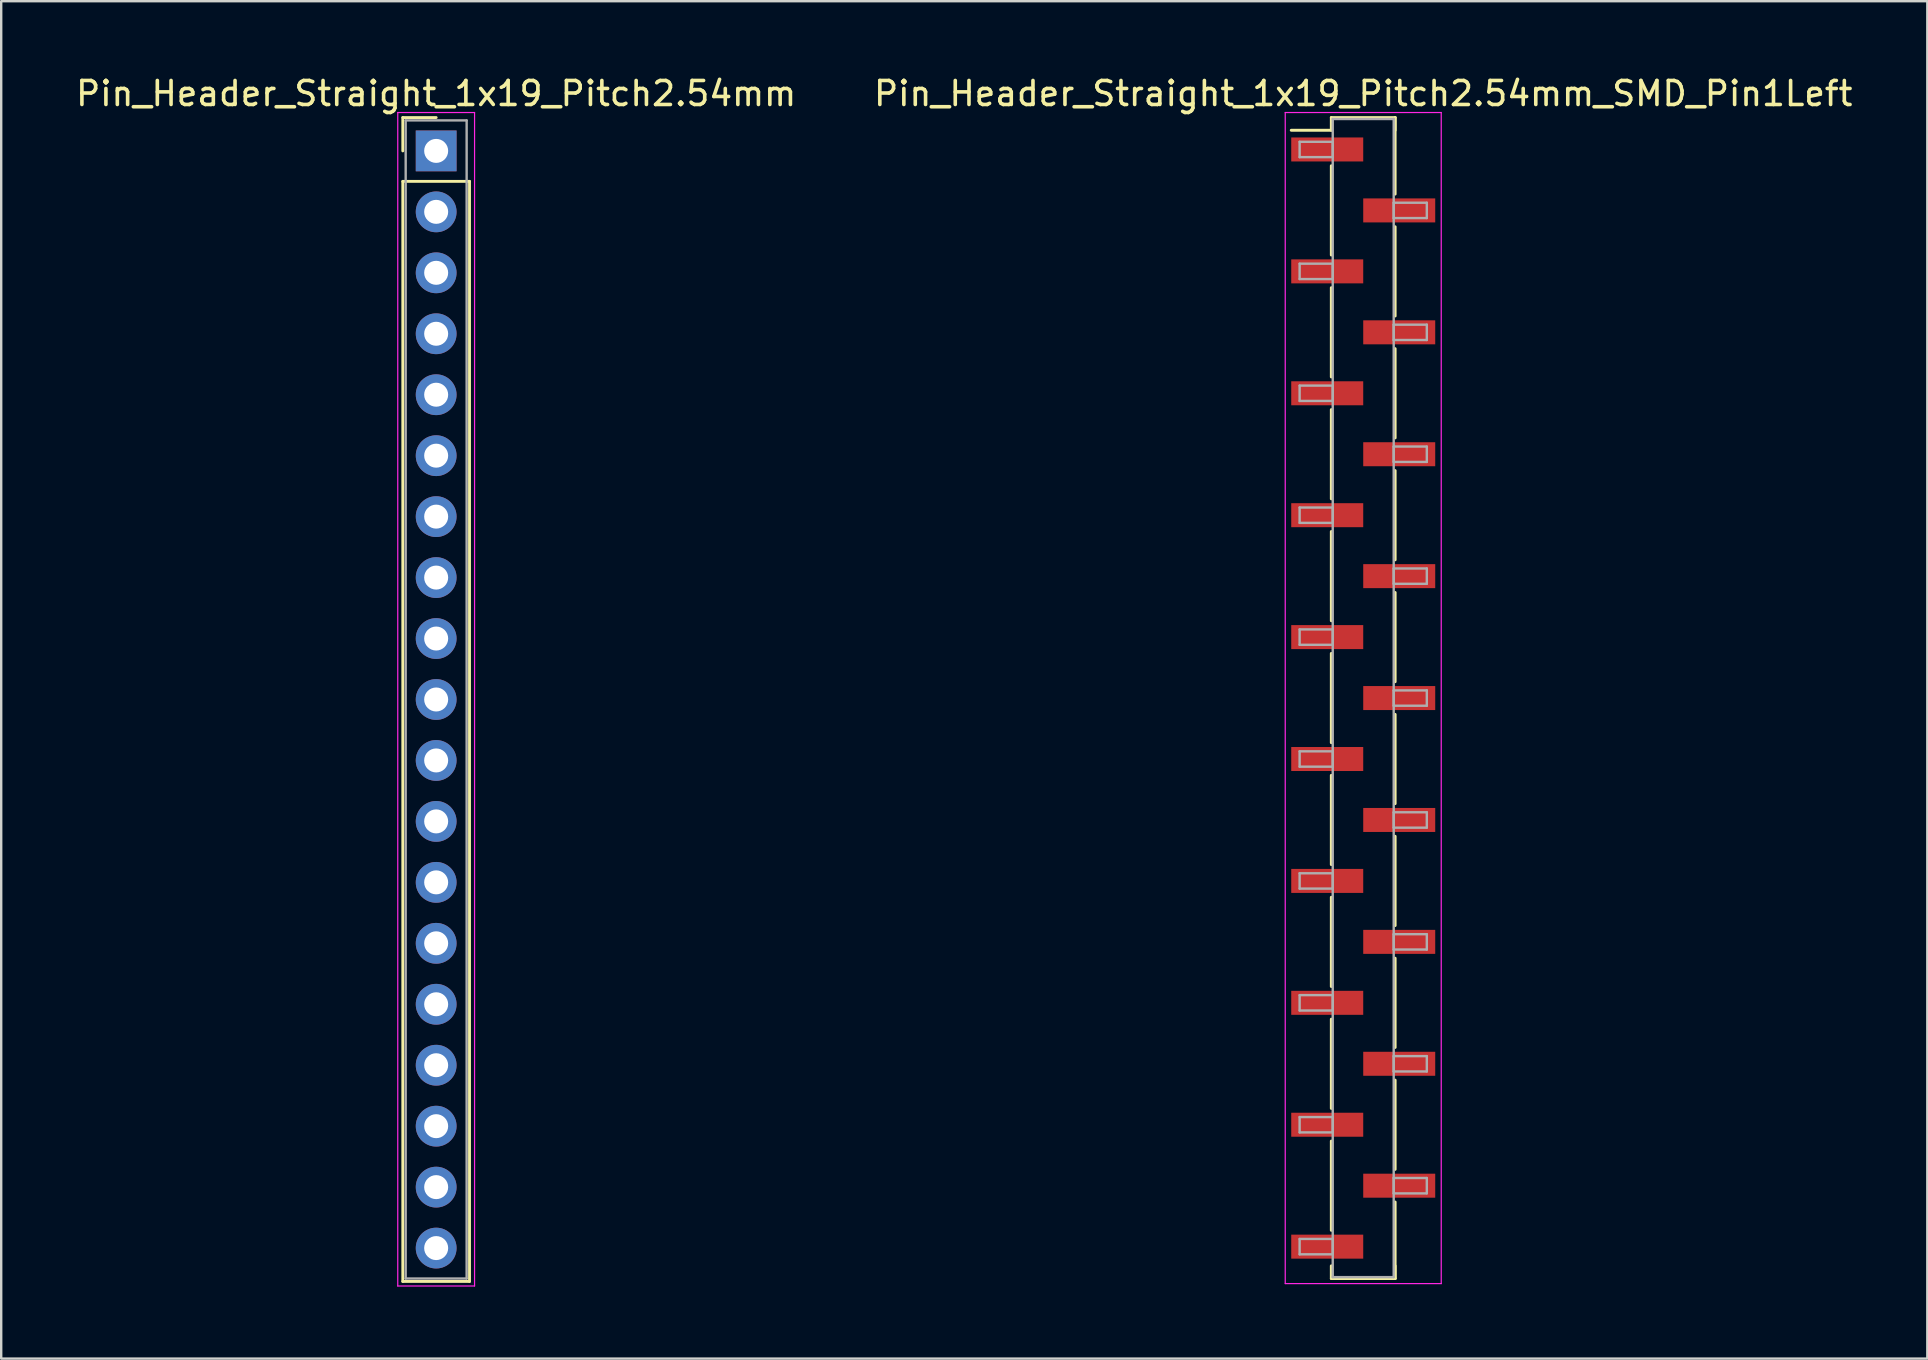
<source format=kicad_pcb>
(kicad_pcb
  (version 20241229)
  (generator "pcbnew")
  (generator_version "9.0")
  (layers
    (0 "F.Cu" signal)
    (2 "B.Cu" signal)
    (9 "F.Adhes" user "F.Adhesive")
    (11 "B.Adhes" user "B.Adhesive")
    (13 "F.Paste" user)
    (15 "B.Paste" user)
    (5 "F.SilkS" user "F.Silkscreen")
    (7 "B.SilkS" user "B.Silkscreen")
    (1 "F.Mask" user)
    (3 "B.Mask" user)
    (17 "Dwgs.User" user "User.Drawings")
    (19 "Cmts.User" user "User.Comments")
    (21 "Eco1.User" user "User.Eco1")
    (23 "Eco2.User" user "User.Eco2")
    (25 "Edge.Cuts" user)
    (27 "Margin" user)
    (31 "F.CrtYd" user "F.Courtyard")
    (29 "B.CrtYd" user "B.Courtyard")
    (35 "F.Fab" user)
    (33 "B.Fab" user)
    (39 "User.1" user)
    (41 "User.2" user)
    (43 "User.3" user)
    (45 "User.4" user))
  (footprint "Pin_Header_Straight_1x19_Pitch2.54mm"
    (layer "F.Cu")
    (at 15.125 3.238)
    (property "Reference" "Pin_Header_Straight_1x19_Pitch2.54mm" (at 0 -2.39 0) (layer "F.SilkS") (effects (font (size 1 1) (thickness 0.15))))
    (attr through_hole)
    (fp_line (start -1.39 -1.39) (end 0 -1.39) (stroke (width 0.12) (type solid)) (layer "F.SilkS"))
    (fp_line (start -1.39 0) (end -1.39 -1.39) (stroke (width 0.12) (type solid)) (layer "F.SilkS"))
    (fp_line (start -1.39 1.27) (end -1.39 47.11) (stroke (width 0.12) (type solid)) (layer "F.SilkS"))
    (fp_line (start -1.39 47.11) (end 1.39 47.11) (stroke (width 0.12) (type solid)) (layer "F.SilkS"))
    (fp_line (start 1.39 1.27) (end -1.39 1.27) (stroke (width 0.12) (type solid)) (layer "F.SilkS"))
    (fp_line (start 1.39 47.11) (end 1.39 1.27) (stroke (width 0.12) (type solid)) (layer "F.SilkS"))
    (fp_line (start -1.6 -1.6) (end -1.6 47.3) (stroke (width 0.05) (type solid)) (layer "F.CrtYd"))
    (fp_line (start -1.6 47.3) (end 1.6 47.3) (stroke (width 0.05) (type solid)) (layer "F.CrtYd"))
    (fp_line (start 1.6 -1.6) (end -1.6 -1.6) (stroke (width 0.05) (type solid)) (layer "F.CrtYd"))
    (fp_line (start 1.6 47.3) (end 1.6 -1.6) (stroke (width 0.05) (type solid)) (layer "F.CrtYd"))
    (fp_line (start -1.27 -1.27) (end -1.27 46.99) (stroke (width 0.1) (type solid)) (layer "F.Fab"))
    (fp_line (start -1.27 46.99) (end 1.27 46.99) (stroke (width 0.1) (type solid)) (layer "F.Fab"))
    (fp_line (start 1.27 -1.27) (end -1.27 -1.27) (stroke (width 0.1) (type solid)) (layer "F.Fab"))
    (fp_line (start 1.27 46.99) (end 1.27 -1.27) (stroke (width 0.1) (type solid)) (layer "F.Fab"))
    (pad "1" thru_hole rect (at 0 0) (size 1.7 1.7) (drill 1) (layers "*.Cu" "*.Mask"))
    (pad "2" thru_hole oval (at 0 2.54) (size 1.7 1.7) (drill 1) (layers "*.Cu" "*.Mask"))
    (pad "3" thru_hole oval (at 0 5.08) (size 1.7 1.7) (drill 1) (layers "*.Cu" "*.Mask"))
    (pad "4" thru_hole oval (at 0 7.62) (size 1.7 1.7) (drill 1) (layers "*.Cu" "*.Mask"))
    (pad "5" thru_hole oval (at 0 10.16) (size 1.7 1.7) (drill 1) (layers "*.Cu" "*.Mask"))
    (pad "6" thru_hole oval (at 0 12.7) (size 1.7 1.7) (drill 1) (layers "*.Cu" "*.Mask"))
    (pad "7" thru_hole oval (at 0 15.24) (size 1.7 1.7) (drill 1) (layers "*.Cu" "*.Mask"))
    (pad "8" thru_hole oval (at 0 17.78) (size 1.7 1.7) (drill 1) (layers "*.Cu" "*.Mask"))
    (pad "9" thru_hole oval (at 0 20.32) (size 1.7 1.7) (drill 1) (layers "*.Cu" "*.Mask"))
    (pad "10" thru_hole oval (at 0 22.86) (size 1.7 1.7) (drill 1) (layers "*.Cu" "*.Mask"))
    (pad "11" thru_hole oval (at 0 25.4) (size 1.7 1.7) (drill 1) (layers "*.Cu" "*.Mask"))
    (pad "12" thru_hole oval (at 0 27.94) (size 1.7 1.7) (drill 1) (layers "*.Cu" "*.Mask"))
    (pad "13" thru_hole oval (at 0 30.48) (size 1.7 1.7) (drill 1) (layers "*.Cu" "*.Mask"))
    (pad "14" thru_hole oval (at 0 33.02) (size 1.7 1.7) (drill 1) (layers "*.Cu" "*.Mask"))
    (pad "15" thru_hole oval (at 0 35.56) (size 1.7 1.7) (drill 1) (layers "*.Cu" "*.Mask"))
    (pad "16" thru_hole oval (at 0 38.1) (size 1.7 1.7) (drill 1) (layers "*.Cu" "*.Mask"))
    (pad "17" thru_hole oval (at 0 40.64) (size 1.7 1.7) (drill 1) (layers "*.Cu" "*.Mask"))
    (pad "18" thru_hole oval (at 0 43.18) (size 1.7 1.7) (drill 1) (layers "*.Cu" "*.Mask"))
    (pad "19" thru_hole oval (at 0 45.72) (size 1.7 1.7) (drill 1) (layers "*.Cu" "*.Mask")))
  (footprint "Pin_Header_Straight_1x19_Pitch2.54mm_SMD_Pin1Left"
    (layer "F.Cu")
    (at 53.756 26.038)
    (property "Reference" "Pin_Header_Straight_1x19_Pitch2.54mm_SMD_Pin1Left" (at 0 -25.19 0) (layer "F.SilkS") (effects (font (size 1 1) (thickness 0.15))))
    (attr smd)
    (fp_line (start -1.33 -24.19) (end 1.33 -24.19) (stroke (width 0.12) (type solid)) (layer "F.SilkS"))
    (fp_line (start -1.33 -23.66) (end -3 -23.66) (stroke (width 0.12) (type solid)) (layer "F.SilkS"))
    (fp_line (start -1.33 -23.66) (end -1.33 -24.19) (stroke (width 0.12) (type solid)) (layer "F.SilkS"))
    (fp_line (start -1.33 -22.18) (end -1.33 -18.46) (stroke (width 0.12) (type solid)) (layer "F.SilkS"))
    (fp_line (start -1.33 -17.1) (end -1.33 -13.38) (stroke (width 0.12) (type solid)) (layer "F.SilkS"))
    (fp_line (start -1.33 -12.02) (end -1.33 -8.3) (stroke (width 0.12) (type solid)) (layer "F.SilkS"))
    (fp_line (start -1.33 -6.94) (end -1.33 -3.22) (stroke (width 0.12) (type solid)) (layer "F.SilkS"))
    (fp_line (start -1.33 -1.86) (end -1.33 1.86) (stroke (width 0.12) (type solid)) (layer "F.SilkS"))
    (fp_line (start -1.33 3.22) (end -1.33 6.94) (stroke (width 0.12) (type solid)) (layer "F.SilkS"))
    (fp_line (start -1.33 8.3) (end -1.33 12.02) (stroke (width 0.12) (type solid)) (layer "F.SilkS"))
    (fp_line (start -1.33 13.38) (end -1.33 17.1) (stroke (width 0.12) (type solid)) (layer "F.SilkS"))
    (fp_line (start -1.33 18.46) (end -1.33 22.18) (stroke (width 0.12) (type solid)) (layer "F.SilkS"))
    (fp_line (start -1.33 23.66) (end -1.33 24.19) (stroke (width 0.12) (type solid)) (layer "F.SilkS"))
    (fp_line (start -1.33 24.19) (end 1.33 24.19) (stroke (width 0.12) (type solid)) (layer "F.SilkS"))
    (fp_line (start 1.33 -24.19) (end 1.33 -23.66) (stroke (width 0.12) (type solid)) (layer "F.SilkS"))
    (fp_line (start 1.33 -24.19) (end 1.33 -21) (stroke (width 0.12) (type solid)) (layer "F.SilkS"))
    (fp_line (start 1.33 -19.64) (end 1.33 -15.92) (stroke (width 0.12) (type solid)) (layer "F.SilkS"))
    (fp_line (start 1.33 -14.56) (end 1.33 -10.84) (stroke (width 0.12) (type solid)) (layer "F.SilkS"))
    (fp_line (start 1.33 -9.48) (end 1.33 -5.76) (stroke (width 0.12) (type solid)) (layer "F.SilkS"))
    (fp_line (start 1.33 -4.4) (end 1.33 -0.68) (stroke (width 0.12) (type solid)) (layer "F.SilkS"))
    (fp_line (start 1.33 0.68) (end 1.33 4.4) (stroke (width 0.12) (type solid)) (layer "F.SilkS"))
    (fp_line (start 1.33 5.76) (end 1.33 9.48) (stroke (width 0.12) (type solid)) (layer "F.SilkS"))
    (fp_line (start 1.33 10.84) (end 1.33 14.56) (stroke (width 0.12) (type solid)) (layer "F.SilkS"))
    (fp_line (start 1.33 15.92) (end 1.33 19.64) (stroke (width 0.12) (type solid)) (layer "F.SilkS"))
    (fp_line (start 1.33 21) (end 1.33 24.19) (stroke (width 0.12) (type solid)) (layer "F.SilkS"))
    (fp_line (start 1.33 24.19) (end 1.33 23.66) (stroke (width 0.12) (type solid)) (layer "F.SilkS"))
    (fp_line (start -3.25 -24.4) (end -3.25 24.4) (stroke (width 0.05) (type solid)) (layer "F.CrtYd"))
    (fp_line (start -3.25 24.4) (end 3.25 24.4) (stroke (width 0.05) (type solid)) (layer "F.CrtYd"))
    (fp_line (start 3.25 -24.4) (end -3.25 -24.4) (stroke (width 0.05) (type solid)) (layer "F.CrtYd"))
    (fp_line (start 3.25 24.4) (end 3.25 -24.4) (stroke (width 0.05) (type solid)) (layer "F.CrtYd"))
    (fp_line (start -2.65 -23.18) (end -1.27 -23.18) (stroke (width 0.1) (type solid)) (layer "F.Fab"))
    (fp_line (start -2.65 -22.54) (end -2.65 -23.18) (stroke (width 0.1) (type solid)) (layer "F.Fab"))
    (fp_line (start -2.65 -18.1) (end -1.27 -18.1) (stroke (width 0.1) (type solid)) (layer "F.Fab"))
    (fp_line (start -2.65 -17.46) (end -2.65 -18.1) (stroke (width 0.1) (type solid)) (layer "F.Fab"))
    (fp_line (start -2.65 -13.02) (end -1.27 -13.02) (stroke (width 0.1) (type solid)) (layer "F.Fab"))
    (fp_line (start -2.65 -12.38) (end -2.65 -13.02) (stroke (width 0.1) (type solid)) (layer "F.Fab"))
    (fp_line (start -2.65 -7.94) (end -1.27 -7.94) (stroke (width 0.1) (type solid)) (layer "F.Fab"))
    (fp_line (start -2.65 -7.3) (end -2.65 -7.94) (stroke (width 0.1) (type solid)) (layer "F.Fab"))
    (fp_line (start -2.65 -2.86) (end -1.27 -2.86) (stroke (width 0.1) (type solid)) (layer "F.Fab"))
    (fp_line (start -2.65 -2.22) (end -2.65 -2.86) (stroke (width 0.1) (type solid)) (layer "F.Fab"))
    (fp_line (start -2.65 2.22) (end -1.27 2.22) (stroke (width 0.1) (type solid)) (layer "F.Fab"))
    (fp_line (start -2.65 2.86) (end -2.65 2.22) (stroke (width 0.1) (type solid)) (layer "F.Fab"))
    (fp_line (start -2.65 7.3) (end -1.27 7.3) (stroke (width 0.1) (type solid)) (layer "F.Fab"))
    (fp_line (start -2.65 7.94) (end -2.65 7.3) (stroke (width 0.1) (type solid)) (layer "F.Fab"))
    (fp_line (start -2.65 12.38) (end -1.27 12.38) (stroke (width 0.1) (type solid)) (layer "F.Fab"))
    (fp_line (start -2.65 13.02) (end -2.65 12.38) (stroke (width 0.1) (type solid)) (layer "F.Fab"))
    (fp_line (start -2.65 17.46) (end -1.27 17.46) (stroke (width 0.1) (type solid)) (layer "F.Fab"))
    (fp_line (start -2.65 18.1) (end -2.65 17.46) (stroke (width 0.1) (type solid)) (layer "F.Fab"))
    (fp_line (start -2.65 22.54) (end -1.27 22.54) (stroke (width 0.1) (type solid)) (layer "F.Fab"))
    (fp_line (start -2.65 23.18) (end -2.65 22.54) (stroke (width 0.1) (type solid)) (layer "F.Fab"))
    (fp_line (start -1.27 -24.13) (end -1.27 24.13) (stroke (width 0.1) (type solid)) (layer "F.Fab"))
    (fp_line (start -1.27 -23.18) (end -1.27 -22.54) (stroke (width 0.1) (type solid)) (layer "F.Fab"))
    (fp_line (start -1.27 -22.54) (end -2.65 -22.54) (stroke (width 0.1) (type solid)) (layer "F.Fab"))
    (fp_line (start -1.27 -18.1) (end -1.27 -17.46) (stroke (width 0.1) (type solid)) (layer "F.Fab"))
    (fp_line (start -1.27 -17.46) (end -2.65 -17.46) (stroke (width 0.1) (type solid)) (layer "F.Fab"))
    (fp_line (start -1.27 -13.02) (end -1.27 -12.38) (stroke (width 0.1) (type solid)) (layer "F.Fab"))
    (fp_line (start -1.27 -12.38) (end -2.65 -12.38) (stroke (width 0.1) (type solid)) (layer "F.Fab"))
    (fp_line (start -1.27 -7.94) (end -1.27 -7.3) (stroke (width 0.1) (type solid)) (layer "F.Fab"))
    (fp_line (start -1.27 -7.3) (end -2.65 -7.3) (stroke (width 0.1) (type solid)) (layer "F.Fab"))
    (fp_line (start -1.27 -2.86) (end -1.27 -2.22) (stroke (width 0.1) (type solid)) (layer "F.Fab"))
    (fp_line (start -1.27 -2.22) (end -2.65 -2.22) (stroke (width 0.1) (type solid)) (layer "F.Fab"))
    (fp_line (start -1.27 2.22) (end -1.27 2.86) (stroke (width 0.1) (type solid)) (layer "F.Fab"))
    (fp_line (start -1.27 2.86) (end -2.65 2.86) (stroke (width 0.1) (type solid)) (layer "F.Fab"))
    (fp_line (start -1.27 7.3) (end -1.27 7.94) (stroke (width 0.1) (type solid)) (layer "F.Fab"))
    (fp_line (start -1.27 7.94) (end -2.65 7.94) (stroke (width 0.1) (type solid)) (layer "F.Fab"))
    (fp_line (start -1.27 12.38) (end -1.27 13.02) (stroke (width 0.1) (type solid)) (layer "F.Fab"))
    (fp_line (start -1.27 13.02) (end -2.65 13.02) (stroke (width 0.1) (type solid)) (layer "F.Fab"))
    (fp_line (start -1.27 17.46) (end -1.27 18.1) (stroke (width 0.1) (type solid)) (layer "F.Fab"))
    (fp_line (start -1.27 18.1) (end -2.65 18.1) (stroke (width 0.1) (type solid)) (layer "F.Fab"))
    (fp_line (start -1.27 22.54) (end -1.27 23.18) (stroke (width 0.1) (type solid)) (layer "F.Fab"))
    (fp_line (start -1.27 23.18) (end -2.65 23.18) (stroke (width 0.1) (type solid)) (layer "F.Fab"))
    (fp_line (start -1.27 24.13) (end 1.27 24.13) (stroke (width 0.1) (type solid)) (layer "F.Fab"))
    (fp_line (start 1.27 -24.13) (end -1.27 -24.13) (stroke (width 0.1) (type solid)) (layer "F.Fab"))
    (fp_line (start 1.27 -20.64) (end 1.27 -20) (stroke (width 0.1) (type solid)) (layer "F.Fab"))
    (fp_line (start 1.27 -20) (end 2.65 -20) (stroke (width 0.1) (type solid)) (layer "F.Fab"))
    (fp_line (start 1.27 -15.56) (end 1.27 -14.92) (stroke (width 0.1) (type solid)) (layer "F.Fab"))
    (fp_line (start 1.27 -14.92) (end 2.65 -14.92) (stroke (width 0.1) (type solid)) (layer "F.Fab"))
    (fp_line (start 1.27 -10.48) (end 1.27 -9.84) (stroke (width 0.1) (type solid)) (layer "F.Fab"))
    (fp_line (start 1.27 -9.84) (end 2.65 -9.84) (stroke (width 0.1) (type solid)) (layer "F.Fab"))
    (fp_line (start 1.27 -5.4) (end 1.27 -4.76) (stroke (width 0.1) (type solid)) (layer "F.Fab"))
    (fp_line (start 1.27 -4.76) (end 2.65 -4.76) (stroke (width 0.1) (type solid)) (layer "F.Fab"))
    (fp_line (start 1.27 -0.32) (end 1.27 0.32) (stroke (width 0.1) (type solid)) (layer "F.Fab"))
    (fp_line (start 1.27 0.32) (end 2.65 0.32) (stroke (width 0.1) (type solid)) (layer "F.Fab"))
    (fp_line (start 1.27 4.76) (end 1.27 5.4) (stroke (width 0.1) (type solid)) (layer "F.Fab"))
    (fp_line (start 1.27 5.4) (end 2.65 5.4) (stroke (width 0.1) (type solid)) (layer "F.Fab"))
    (fp_line (start 1.27 9.84) (end 1.27 10.48) (stroke (width 0.1) (type solid)) (layer "F.Fab"))
    (fp_line (start 1.27 10.48) (end 2.65 10.48) (stroke (width 0.1) (type solid)) (layer "F.Fab"))
    (fp_line (start 1.27 14.92) (end 1.27 15.56) (stroke (width 0.1) (type solid)) (layer "F.Fab"))
    (fp_line (start 1.27 15.56) (end 2.65 15.56) (stroke (width 0.1) (type solid)) (layer "F.Fab"))
    (fp_line (start 1.27 20) (end 1.27 20.64) (stroke (width 0.1) (type solid)) (layer "F.Fab"))
    (fp_line (start 1.27 20.64) (end 2.65 20.64) (stroke (width 0.1) (type solid)) (layer "F.Fab"))
    (fp_line (start 1.27 24.13) (end 1.27 -24.13) (stroke (width 0.1) (type solid)) (layer "F.Fab"))
    (fp_line (start 2.65 -20.64) (end 1.27 -20.64) (stroke (width 0.1) (type solid)) (layer "F.Fab"))
    (fp_line (start 2.65 -20) (end 2.65 -20.64) (stroke (width 0.1) (type solid)) (layer "F.Fab"))
    (fp_line (start 2.65 -15.56) (end 1.27 -15.56) (stroke (width 0.1) (type solid)) (layer "F.Fab"))
    (fp_line (start 2.65 -14.92) (end 2.65 -15.56) (stroke (width 0.1) (type solid)) (layer "F.Fab"))
    (fp_line (start 2.65 -10.48) (end 1.27 -10.48) (stroke (width 0.1) (type solid)) (layer "F.Fab"))
    (fp_line (start 2.65 -9.84) (end 2.65 -10.48) (stroke (width 0.1) (type solid)) (layer "F.Fab"))
    (fp_line (start 2.65 -5.4) (end 1.27 -5.4) (stroke (width 0.1) (type solid)) (layer "F.Fab"))
    (fp_line (start 2.65 -4.76) (end 2.65 -5.4) (stroke (width 0.1) (type solid)) (layer "F.Fab"))
    (fp_line (start 2.65 -0.32) (end 1.27 -0.32) (stroke (width 0.1) (type solid)) (layer "F.Fab"))
    (fp_line (start 2.65 0.32) (end 2.65 -0.32) (stroke (width 0.1) (type solid)) (layer "F.Fab"))
    (fp_line (start 2.65 4.76) (end 1.27 4.76) (stroke (width 0.1) (type solid)) (layer "F.Fab"))
    (fp_line (start 2.65 5.4) (end 2.65 4.76) (stroke (width 0.1) (type solid)) (layer "F.Fab"))
    (fp_line (start 2.65 9.84) (end 1.27 9.84) (stroke (width 0.1) (type solid)) (layer "F.Fab"))
    (fp_line (start 2.65 10.48) (end 2.65 9.84) (stroke (width 0.1) (type solid)) (layer "F.Fab"))
    (fp_line (start 2.65 14.92) (end 1.27 14.92) (stroke (width 0.1) (type solid)) (layer "F.Fab"))
    (fp_line (start 2.65 15.56) (end 2.65 14.92) (stroke (width 0.1) (type solid)) (layer "F.Fab"))
    (fp_line (start 2.65 20) (end 1.27 20) (stroke (width 0.1) (type solid)) (layer "F.Fab"))
    (fp_line (start 2.65 20.64) (end 2.65 20) (stroke (width 0.1) (type solid)) (layer "F.Fab"))
    (pad "1" smd rect (at -1.5 -22.86) (size 3 1) (layers "F.Cu" "F.Mask"))
    (pad "2" smd rect (at 1.5 -20.32) (size 3 1) (layers "F.Cu" "F.Mask"))
    (pad "3" smd rect (at -1.5 -17.78) (size 3 1) (layers "F.Cu" "F.Mask"))
    (pad "4" smd rect (at 1.5 -15.24) (size 3 1) (layers "F.Cu" "F.Mask"))
    (pad "5" smd rect (at -1.5 -12.7) (size 3 1) (layers "F.Cu" "F.Mask"))
    (pad "6" smd rect (at 1.5 -10.16) (size 3 1) (layers "F.Cu" "F.Mask"))
    (pad "7" smd rect (at -1.5 -7.62) (size 3 1) (layers "F.Cu" "F.Mask"))
    (pad "8" smd rect (at 1.5 -5.08) (size 3 1) (layers "F.Cu" "F.Mask"))
    (pad "9" smd rect (at -1.5 -2.54) (size 3 1) (layers "F.Cu" "F.Mask"))
    (pad "10" smd rect (at 1.5 0) (size 3 1) (layers "F.Cu" "F.Mask"))
    (pad "11" smd rect (at -1.5 2.54) (size 3 1) (layers "F.Cu" "F.Mask"))
    (pad "12" smd rect (at 1.5 5.08) (size 3 1) (layers "F.Cu" "F.Mask"))
    (pad "13" smd rect (at -1.5 7.62) (size 3 1) (layers "F.Cu" "F.Mask"))
    (pad "14" smd rect (at 1.5 10.16) (size 3 1) (layers "F.Cu" "F.Mask"))
    (pad "15" smd rect (at -1.5 12.7) (size 3 1) (layers "F.Cu" "F.Mask"))
    (pad "16" smd rect (at 1.5 15.24) (size 3 1) (layers "F.Cu" "F.Mask"))
    (pad "17" smd rect (at -1.5 17.78) (size 3 1) (layers "F.Cu" "F.Mask"))
    (pad "18" smd rect (at 1.5 20.32) (size 3 1) (layers "F.Cu" "F.Mask"))
    (pad "19" smd rect (at -1.5 22.86) (size 3 1) (layers "F.Cu" "F.Mask")))
  (gr_rect
    (start -3 -3)
    (end 77.262 53.563)
    (stroke (width 0.1) (type default))
    (fill no)
    (layer "Edge.Cuts")))
</source>
